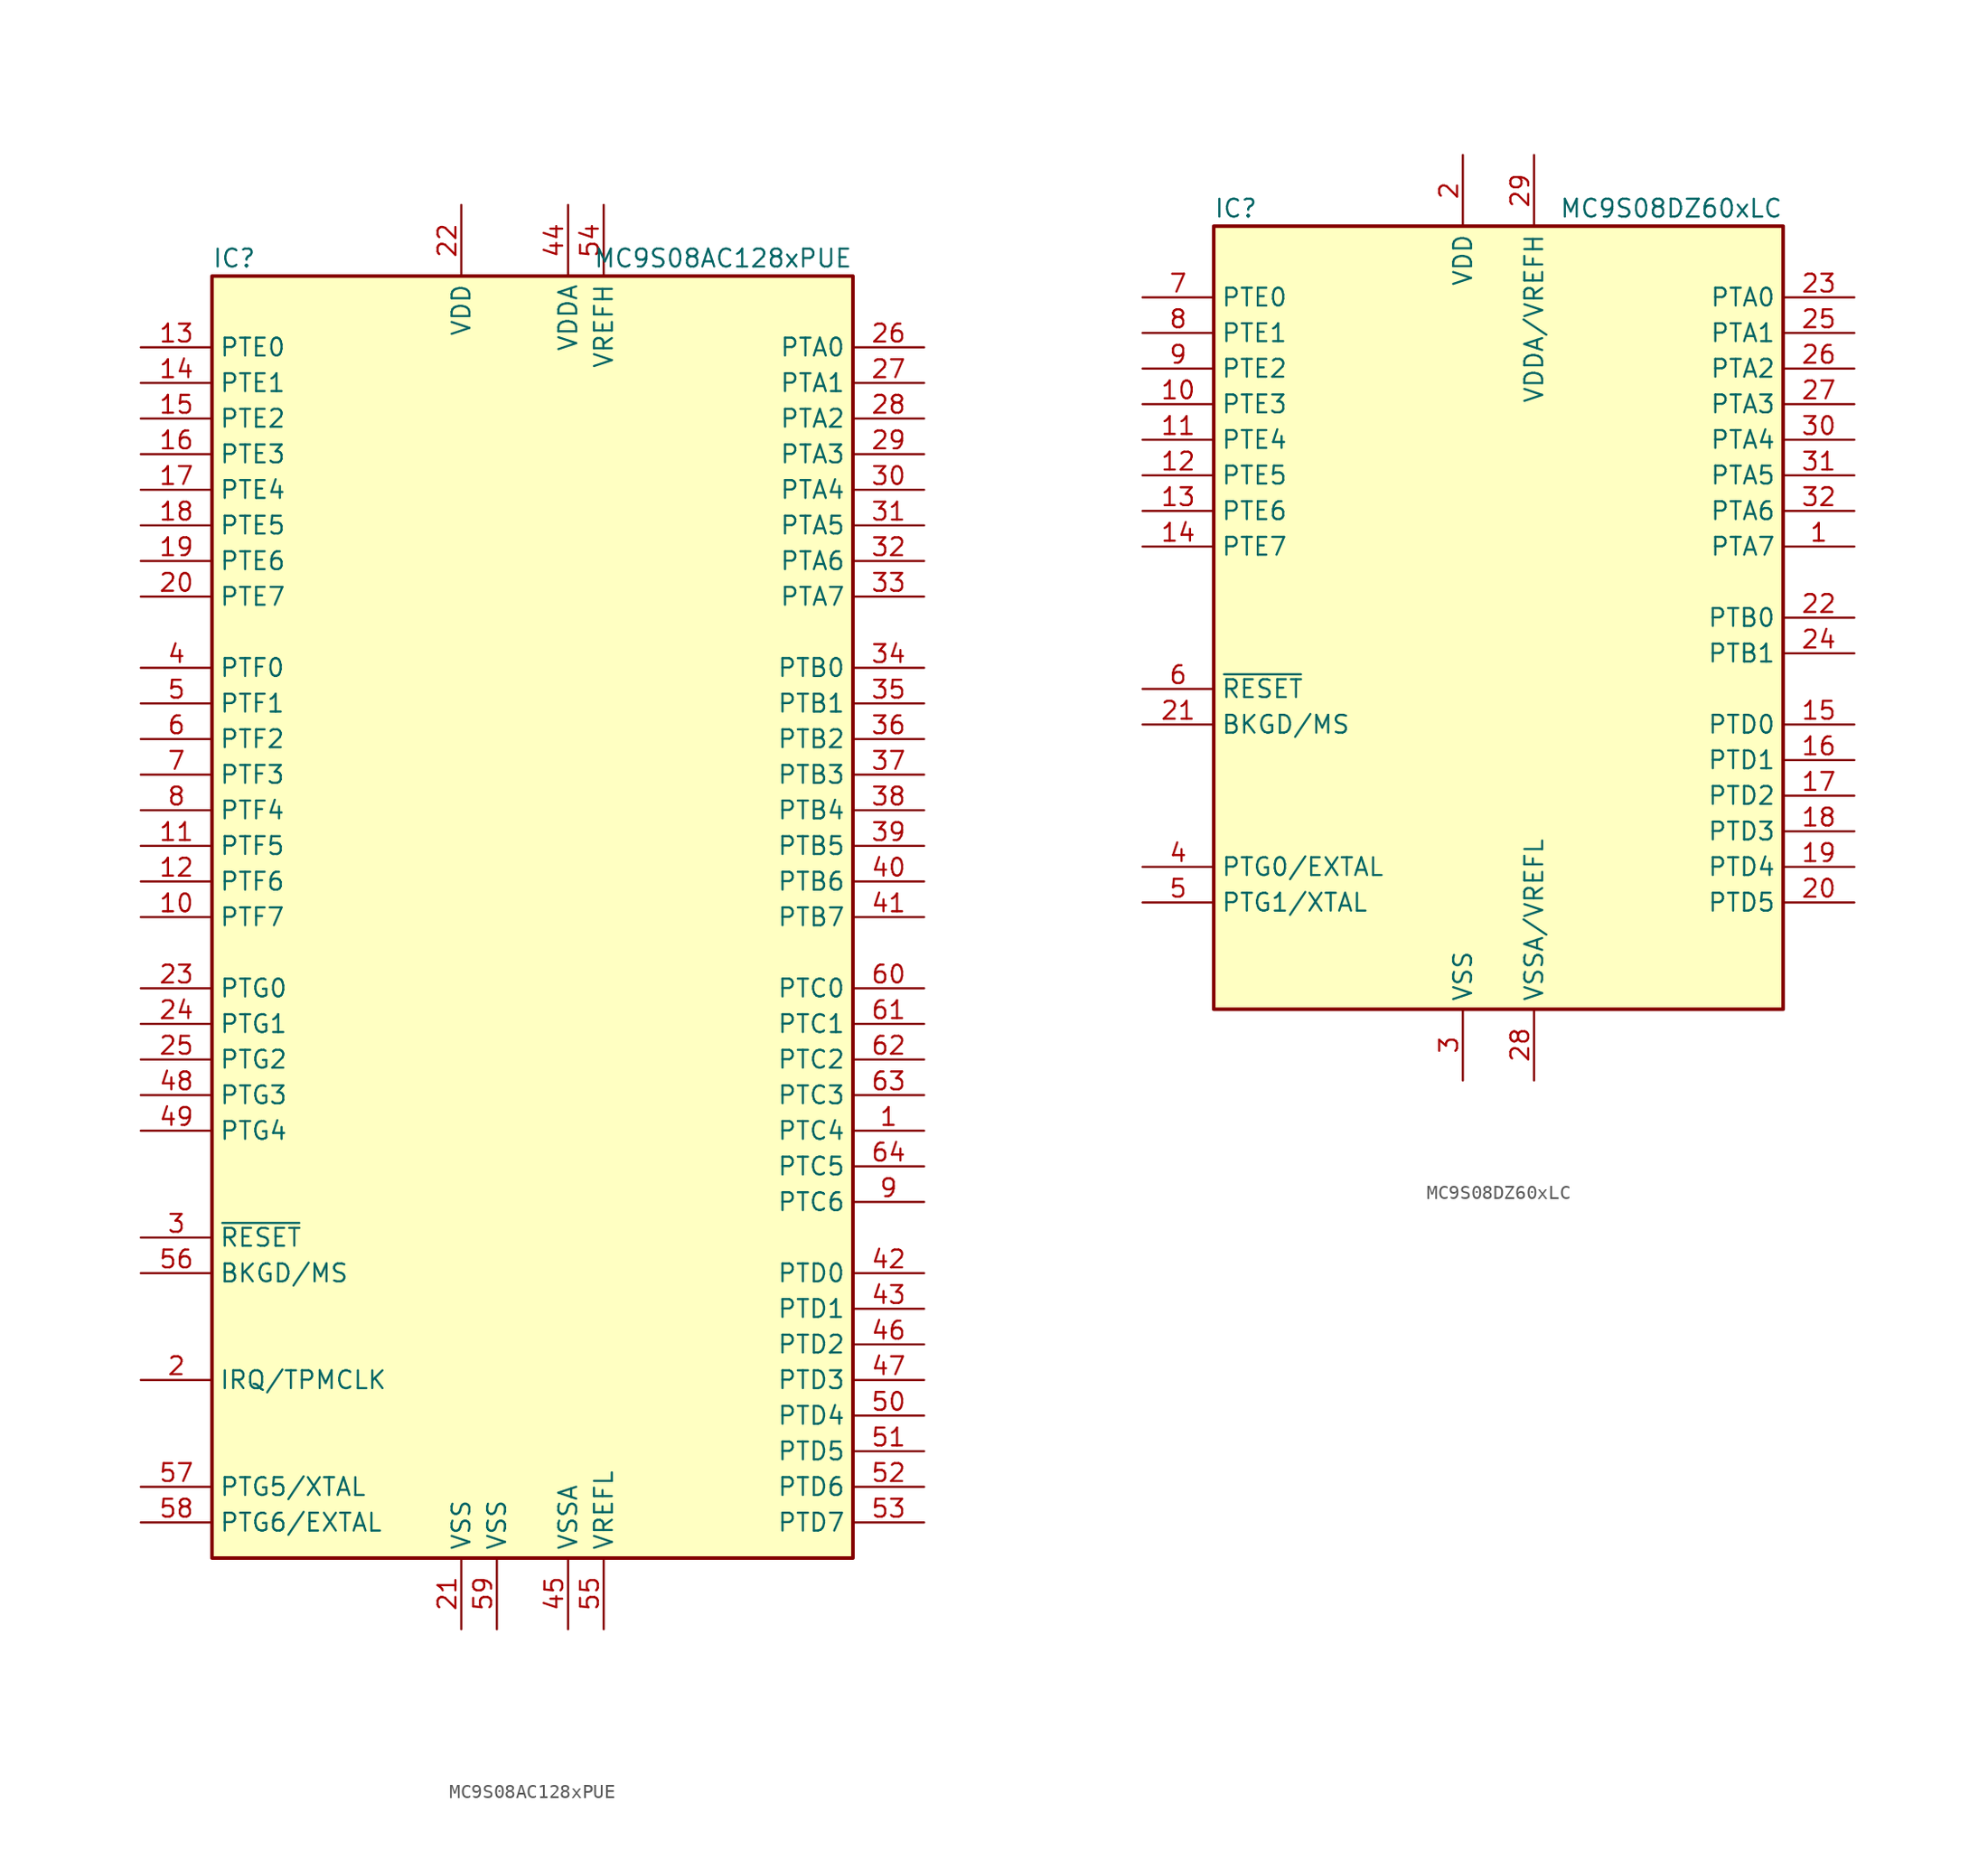
<source format=kicad_sym>
(kicad_symbol_lib
  (version 20241209)
  (generator "kicad_symbol_editor")
  (generator_version "9.0")
  (symbol "MC9S08AC128xPUE"
    (property "Reference" "IC"
      (at -22.86 46.99 0)
      (effects (font (size 1.27 1.27)) (justify left)))
    (property "Value" "MC9S08AC128xPUE"
      (at 22.86 46.99 0)
      (effects (font (size 1.27 1.27)) (justify right)))
    (symbol "MC9S08AC128xPUE_0_1"
      (rectangle (start -22.86 45.72) (end 22.86 -45.72) (stroke (width 0.254) (type default)) (fill (type background))))
    (symbol "MC9S08AC128xPUE_1_1"
      (pin bidirectional line (at -27.94 40.64 0) (length 5.08) (name "PTE0" (effects (font (size 1.27 1.27)))) (number "13" (effects (font (size 1.27 1.27)))))
      (pin bidirectional line (at -27.94 38.1 0) (length 5.08) (name "PTE1" (effects (font (size 1.27 1.27)))) (number "14" (effects (font (size 1.27 1.27)))))
      (pin bidirectional line (at -27.94 35.56 0) (length 5.08) (name "PTE2" (effects (font (size 1.27 1.27)))) (number "15" (effects (font (size 1.27 1.27)))))
      (pin bidirectional line (at -27.94 33.02 0) (length 5.08) (name "PTE3" (effects (font (size 1.27 1.27)))) (number "16" (effects (font (size 1.27 1.27)))))
      (pin bidirectional line (at -27.94 30.48 0) (length 5.08) (name "PTE4" (effects (font (size 1.27 1.27)))) (number "17" (effects (font (size 1.27 1.27)))))
      (pin bidirectional line (at -27.94 27.94 0) (length 5.08) (name "PTE5" (effects (font (size 1.27 1.27)))) (number "18" (effects (font (size 1.27 1.27)))))
      (pin bidirectional line (at -27.94 25.4 0) (length 5.08) (name "PTE6" (effects (font (size 1.27 1.27)))) (number "19" (effects (font (size 1.27 1.27)))))
      (pin bidirectional line (at -27.94 22.86 0) (length 5.08) (name "PTE7" (effects (font (size 1.27 1.27)))) (number "20" (effects (font (size 1.27 1.27)))))
      (pin bidirectional line (at -27.94 17.78 0) (length 5.08) (name "PTF0" (effects (font (size 1.27 1.27)))) (number "4" (effects (font (size 1.27 1.27)))))
      (pin bidirectional line (at -27.94 15.24 0) (length 5.08) (name "PTF1" (effects (font (size 1.27 1.27)))) (number "5" (effects (font (size 1.27 1.27)))))
      (pin bidirectional line (at -27.94 12.7 0) (length 5.08) (name "PTF2" (effects (font (size 1.27 1.27)))) (number "6" (effects (font (size 1.27 1.27)))))
      (pin bidirectional line (at -27.94 10.16 0) (length 5.08) (name "PTF3" (effects (font (size 1.27 1.27)))) (number "7" (effects (font (size 1.27 1.27)))))
      (pin bidirectional line (at -27.94 7.62 0) (length 5.08) (name "PTF4" (effects (font (size 1.27 1.27)))) (number "8" (effects (font (size 1.27 1.27)))))
      (pin bidirectional line (at -27.94 5.08 0) (length 5.08) (name "PTF5" (effects (font (size 1.27 1.27)))) (number "11" (effects (font (size 1.27 1.27)))))
      (pin bidirectional line (at -27.94 2.54 0) (length 5.08) (name "PTF6" (effects (font (size 1.27 1.27)))) (number "12" (effects (font (size 1.27 1.27)))))
      (pin bidirectional line (at -27.94 0 0) (length 5.08) (name "PTF7" (effects (font (size 1.27 1.27)))) (number "10" (effects (font (size 1.27 1.27)))))
      (pin bidirectional line (at -27.94 -5.08 0) (length 5.08) (name "PTG0" (effects (font (size 1.27 1.27)))) (number "23" (effects (font (size 1.27 1.27)))))
      (pin bidirectional line (at -27.94 -7.62 0) (length 5.08) (name "PTG1" (effects (font (size 1.27 1.27)))) (number "24" (effects (font (size 1.27 1.27)))))
      (pin bidirectional line (at -27.94 -10.16 0) (length 5.08) (name "PTG2" (effects (font (size 1.27 1.27)))) (number "25" (effects (font (size 1.27 1.27)))))
      (pin bidirectional line (at -27.94 -12.7 0) (length 5.08) (name "PTG3" (effects (font (size 1.27 1.27)))) (number "48" (effects (font (size 1.27 1.27)))))
      (pin bidirectional line (at -27.94 -15.24 0) (length 5.08) (name "PTG4" (effects (font (size 1.27 1.27)))) (number "49" (effects (font (size 1.27 1.27)))))
      (pin input line (at -27.94 -22.86 0) (length 5.08) (name "~{RESET}" (effects (font (size 1.27 1.27)))) (number "3" (effects (font (size 1.27 1.27)))))
      (pin bidirectional line (at -27.94 -25.4 0) (length 5.08) (name "BKGD/MS" (effects (font (size 1.27 1.27)))) (number "56" (effects (font (size 1.27 1.27)))))
      (pin input line (at -27.94 -33.02 0) (length 5.08) (name "IRQ/TPMCLK" (effects (font (size 1.27 1.27)))) (number "2" (effects (font (size 1.27 1.27)))))
      (pin bidirectional line (at -27.94 -40.64 0) (length 5.08) (name "PTG5/XTAL" (effects (font (size 1.27 1.27)))) (number "57" (effects (font (size 1.27 1.27)))))
      (pin bidirectional line (at -27.94 -43.18 0) (length 5.08) (name "PTG6/EXTAL" (effects (font (size 1.27 1.27)))) (number "58" (effects (font (size 1.27 1.27)))))
      (pin power_in line (at -5.08 50.8 270) (length 5.08) (name "VDD" (effects (font (size 1.27 1.27)))) (number "22" (effects (font (size 1.27 1.27)))))
      (pin power_in line (at -5.08 -50.8 90) (length 5.08) (name "VSS" (effects (font (size 1.27 1.27)))) (number "21" (effects (font (size 1.27 1.27)))))
      (pin power_in line (at -2.54 -50.8 90) (length 5.08) (name "VSS" (effects (font (size 1.27 1.27)))) (number "59" (effects (font (size 1.27 1.27)))))
      (pin power_in line (at 2.54 50.8 270) (length 5.08) (name "VDDA" (effects (font (size 1.27 1.27)))) (number "44" (effects (font (size 1.27 1.27)))))
      (pin power_in line (at 2.54 -50.8 90) (length 5.08) (name "VSSA" (effects (font (size 1.27 1.27)))) (number "45" (effects (font (size 1.27 1.27)))))
      (pin power_in line (at 5.08 50.8 270) (length 5.08) (name "VREFH" (effects (font (size 1.27 1.27)))) (number "54" (effects (font (size 1.27 1.27)))))
      (pin power_in line (at 5.08 -50.8 90) (length 5.08) (name "VREFL" (effects (font (size 1.27 1.27)))) (number "55" (effects (font (size 1.27 1.27)))))
      (pin bidirectional line (at 27.94 40.64 180) (length 5.08) (name "PTA0" (effects (font (size 1.27 1.27)))) (number "26" (effects (font (size 1.27 1.27)))))
      (pin bidirectional line (at 27.94 38.1 180) (length 5.08) (name "PTA1" (effects (font (size 1.27 1.27)))) (number "27" (effects (font (size 1.27 1.27)))))
      (pin bidirectional line (at 27.94 35.56 180) (length 5.08) (name "PTA2" (effects (font (size 1.27 1.27)))) (number "28" (effects (font (size 1.27 1.27)))))
      (pin bidirectional line (at 27.94 33.02 180) (length 5.08) (name "PTA3" (effects (font (size 1.27 1.27)))) (number "29" (effects (font (size 1.27 1.27)))))
      (pin bidirectional line (at 27.94 30.48 180) (length 5.08) (name "PTA4" (effects (font (size 1.27 1.27)))) (number "30" (effects (font (size 1.27 1.27)))))
      (pin bidirectional line (at 27.94 27.94 180) (length 5.08) (name "PTA5" (effects (font (size 1.27 1.27)))) (number "31" (effects (font (size 1.27 1.27)))))
      (pin bidirectional line (at 27.94 25.4 180) (length 5.08) (name "PTA6" (effects (font (size 1.27 1.27)))) (number "32" (effects (font (size 1.27 1.27)))))
      (pin bidirectional line (at 27.94 22.86 180) (length 5.08) (name "PTA7" (effects (font (size 1.27 1.27)))) (number "33" (effects (font (size 1.27 1.27)))))
      (pin bidirectional line (at 27.94 17.78 180) (length 5.08) (name "PTB0" (effects (font (size 1.27 1.27)))) (number "34" (effects (font (size 1.27 1.27)))))
      (pin bidirectional line (at 27.94 15.24 180) (length 5.08) (name "PTB1" (effects (font (size 1.27 1.27)))) (number "35" (effects (font (size 1.27 1.27)))))
      (pin bidirectional line (at 27.94 12.7 180) (length 5.08) (name "PTB2" (effects (font (size 1.27 1.27)))) (number "36" (effects (font (size 1.27 1.27)))))
      (pin bidirectional line (at 27.94 10.16 180) (length 5.08) (name "PTB3" (effects (font (size 1.27 1.27)))) (number "37" (effects (font (size 1.27 1.27)))))
      (pin bidirectional line (at 27.94 7.62 180) (length 5.08) (name "PTB4" (effects (font (size 1.27 1.27)))) (number "38" (effects (font (size 1.27 1.27)))))
      (pin bidirectional line (at 27.94 5.08 180) (length 5.08) (name "PTB5" (effects (font (size 1.27 1.27)))) (number "39" (effects (font (size 1.27 1.27)))))
      (pin bidirectional line (at 27.94 2.54 180) (length 5.08) (name "PTB6" (effects (font (size 1.27 1.27)))) (number "40" (effects (font (size 1.27 1.27)))))
      (pin bidirectional line (at 27.94 0 180) (length 5.08) (name "PTB7" (effects (font (size 1.27 1.27)))) (number "41" (effects (font (size 1.27 1.27)))))
      (pin bidirectional line (at 27.94 -5.08 180) (length 5.08) (name "PTC0" (effects (font (size 1.27 1.27)))) (number "60" (effects (font (size 1.27 1.27)))))
      (pin bidirectional line (at 27.94 -7.62 180) (length 5.08) (name "PTC1" (effects (font (size 1.27 1.27)))) (number "61" (effects (font (size 1.27 1.27)))))
      (pin bidirectional line (at 27.94 -10.16 180) (length 5.08) (name "PTC2" (effects (font (size 1.27 1.27)))) (number "62" (effects (font (size 1.27 1.27)))))
      (pin bidirectional line (at 27.94 -12.7 180) (length 5.08) (name "PTC3" (effects (font (size 1.27 1.27)))) (number "63" (effects (font (size 1.27 1.27)))))
      (pin bidirectional line (at 27.94 -15.24 180) (length 5.08) (name "PTC4" (effects (font (size 1.27 1.27)))) (number "1" (effects (font (size 1.27 1.27)))))
      (pin bidirectional line (at 27.94 -17.78 180) (length 5.08) (name "PTC5" (effects (font (size 1.27 1.27)))) (number "64" (effects (font (size 1.27 1.27)))))
      (pin bidirectional line (at 27.94 -20.32 180) (length 5.08) (name "PTC6" (effects (font (size 1.27 1.27)))) (number "9" (effects (font (size 1.27 1.27)))))
      (pin bidirectional line (at 27.94 -25.4 180) (length 5.08) (name "PTD0" (effects (font (size 1.27 1.27)))) (number "42" (effects (font (size 1.27 1.27)))))
      (pin bidirectional line (at 27.94 -27.94 180) (length 5.08) (name "PTD1" (effects (font (size 1.27 1.27)))) (number "43" (effects (font (size 1.27 1.27)))))
      (pin bidirectional line (at 27.94 -30.48 180) (length 5.08) (name "PTD2" (effects (font (size 1.27 1.27)))) (number "46" (effects (font (size 1.27 1.27)))))
      (pin bidirectional line (at 27.94 -33.02 180) (length 5.08) (name "PTD3" (effects (font (size 1.27 1.27)))) (number "47" (effects (font (size 1.27 1.27)))))
      (pin bidirectional line (at 27.94 -35.56 180) (length 5.08) (name "PTD4" (effects (font (size 1.27 1.27)))) (number "50" (effects (font (size 1.27 1.27)))))
      (pin bidirectional line (at 27.94 -38.1 180) (length 5.08) (name "PTD5" (effects (font (size 1.27 1.27)))) (number "51" (effects (font (size 1.27 1.27)))))
      (pin bidirectional line (at 27.94 -40.64 180) (length 5.08) (name "PTD6" (effects (font (size 1.27 1.27)))) (number "52" (effects (font (size 1.27 1.27)))))
      (pin bidirectional line (at 27.94 -43.18 180) (length 5.08) (name "PTD7" (effects (font (size 1.27 1.27)))) (number "53" (effects (font (size 1.27 1.27)))))))
  (symbol "MC9S08DZ60xLC"
    (property "Reference" "IC"
      (at -20.32 29.21 0)
      (effects (font (size 1.27 1.27)) (justify left)))
    (property "Value" "MC9S08DZ60xLC"
      (at 20.32 29.21 0)
      (effects (font (size 1.27 1.27)) (justify right)))
    (symbol "MC9S08DZ60xLC_0_1"
      (rectangle (start -20.32 27.94) (end 20.32 -27.94) (stroke (width 0.254) (type default)) (fill (type background))))
    (symbol "MC9S08DZ60xLC_1_1"
      (pin bidirectional line (at -25.4 22.86 0) (length 5.08) (name "PTE0" (effects (font (size 1.27 1.27)))) (number "7" (effects (font (size 1.27 1.27)))))
      (pin bidirectional line (at -25.4 20.32 0) (length 5.08) (name "PTE1" (effects (font (size 1.27 1.27)))) (number "8" (effects (font (size 1.27 1.27)))))
      (pin bidirectional line (at -25.4 17.78 0) (length 5.08) (name "PTE2" (effects (font (size 1.27 1.27)))) (number "9" (effects (font (size 1.27 1.27)))))
      (pin bidirectional line (at -25.4 15.24 0) (length 5.08) (name "PTE3" (effects (font (size 1.27 1.27)))) (number "10" (effects (font (size 1.27 1.27)))))
      (pin bidirectional line (at -25.4 12.7 0) (length 5.08) (name "PTE4" (effects (font (size 1.27 1.27)))) (number "11" (effects (font (size 1.27 1.27)))))
      (pin bidirectional line (at -25.4 10.16 0) (length 5.08) (name "PTE5" (effects (font (size 1.27 1.27)))) (number "12" (effects (font (size 1.27 1.27)))))
      (pin bidirectional line (at -25.4 7.62 0) (length 5.08) (name "PTE6" (effects (font (size 1.27 1.27)))) (number "13" (effects (font (size 1.27 1.27)))))
      (pin bidirectional line (at -25.4 5.08 0) (length 5.08) (name "PTE7" (effects (font (size 1.27 1.27)))) (number "14" (effects (font (size 1.27 1.27)))))
      (pin input line (at -25.4 -5.08 0) (length 5.08) (name "~{RESET}" (effects (font (size 1.27 1.27)))) (number "6" (effects (font (size 1.27 1.27)))))
      (pin bidirectional line (at -25.4 -7.62 0) (length 5.08) (name "BKGD/MS" (effects (font (size 1.27 1.27)))) (number "21" (effects (font (size 1.27 1.27)))))
      (pin bidirectional line (at -25.4 -17.78 0) (length 5.08) (name "PTG0/EXTAL" (effects (font (size 1.27 1.27)))) (number "4" (effects (font (size 1.27 1.27)))))
      (pin bidirectional line (at -25.4 -20.32 0) (length 5.08) (name "PTG1/XTAL" (effects (font (size 1.27 1.27)))) (number "5" (effects (font (size 1.27 1.27)))))
      (pin power_in line (at -2.54 33.02 270) (length 5.08) (name "VDD" (effects (font (size 1.27 1.27)))) (number "2" (effects (font (size 1.27 1.27)))))
      (pin power_in line (at -2.54 -33.02 90) (length 5.08) (name "VSS" (effects (font (size 1.27 1.27)))) (number "3" (effects (font (size 1.27 1.27)))))
      (pin power_in line (at 2.54 33.02 270) (length 5.08) (name "VDDA/VREFH" (effects (font (size 1.27 1.27)))) (number "29" (effects (font (size 1.27 1.27)))))
      (pin power_in line (at 2.54 -33.02 90) (length 5.08) (name "VSSA/VREFL" (effects (font (size 1.27 1.27)))) (number "28" (effects (font (size 1.27 1.27)))))
      (pin bidirectional line (at 25.4 22.86 180) (length 5.08) (name "PTA0" (effects (font (size 1.27 1.27)))) (number "23" (effects (font (size 1.27 1.27)))))
      (pin bidirectional line (at 25.4 20.32 180) (length 5.08) (name "PTA1" (effects (font (size 1.27 1.27)))) (number "25" (effects (font (size 1.27 1.27)))))
      (pin bidirectional line (at 25.4 17.78 180) (length 5.08) (name "PTA2" (effects (font (size 1.27 1.27)))) (number "26" (effects (font (size 1.27 1.27)))))
      (pin bidirectional line (at 25.4 15.24 180) (length 5.08) (name "PTA3" (effects (font (size 1.27 1.27)))) (number "27" (effects (font (size 1.27 1.27)))))
      (pin bidirectional line (at 25.4 12.7 180) (length 5.08) (name "PTA4" (effects (font (size 1.27 1.27)))) (number "30" (effects (font (size 1.27 1.27)))))
      (pin bidirectional line (at 25.4 10.16 180) (length 5.08) (name "PTA5" (effects (font (size 1.27 1.27)))) (number "31" (effects (font (size 1.27 1.27)))))
      (pin bidirectional line (at 25.4 7.62 180) (length 5.08) (name "PTA6" (effects (font (size 1.27 1.27)))) (number "32" (effects (font (size 1.27 1.27)))))
      (pin bidirectional line (at 25.4 5.08 180) (length 5.08) (name "PTA7" (effects (font (size 1.27 1.27)))) (number "1" (effects (font (size 1.27 1.27)))))
      (pin bidirectional line (at 25.4 0 180) (length 5.08) (name "PTB0" (effects (font (size 1.27 1.27)))) (number "22" (effects (font (size 1.27 1.27)))))
      (pin bidirectional line (at 25.4 -2.54 180) (length 5.08) (name "PTB1" (effects (font (size 1.27 1.27)))) (number "24" (effects (font (size 1.27 1.27)))))
      (pin bidirectional line (at 25.4 -7.62 180) (length 5.08) (name "PTD0" (effects (font (size 1.27 1.27)))) (number "15" (effects (font (size 1.27 1.27)))))
      (pin bidirectional line (at 25.4 -10.16 180) (length 5.08) (name "PTD1" (effects (font (size 1.27 1.27)))) (number "16" (effects (font (size 1.27 1.27)))))
      (pin bidirectional line (at 25.4 -12.7 180) (length 5.08) (name "PTD2" (effects (font (size 1.27 1.27)))) (number "17" (effects (font (size 1.27 1.27)))))
      (pin bidirectional line (at 25.4 -15.24 180) (length 5.08) (name "PTD3" (effects (font (size 1.27 1.27)))) (number "18" (effects (font (size 1.27 1.27)))))
      (pin bidirectional line (at 25.4 -17.78 180) (length 5.08) (name "PTD4" (effects (font (size 1.27 1.27)))) (number "19" (effects (font (size 1.27 1.27)))))
      (pin bidirectional line (at 25.4 -20.32 180) (length 5.08) (name "PTD5" (effects (font (size 1.27 1.27)))) (number "20" (effects (font (size 1.27 1.27))))))))
</source>
